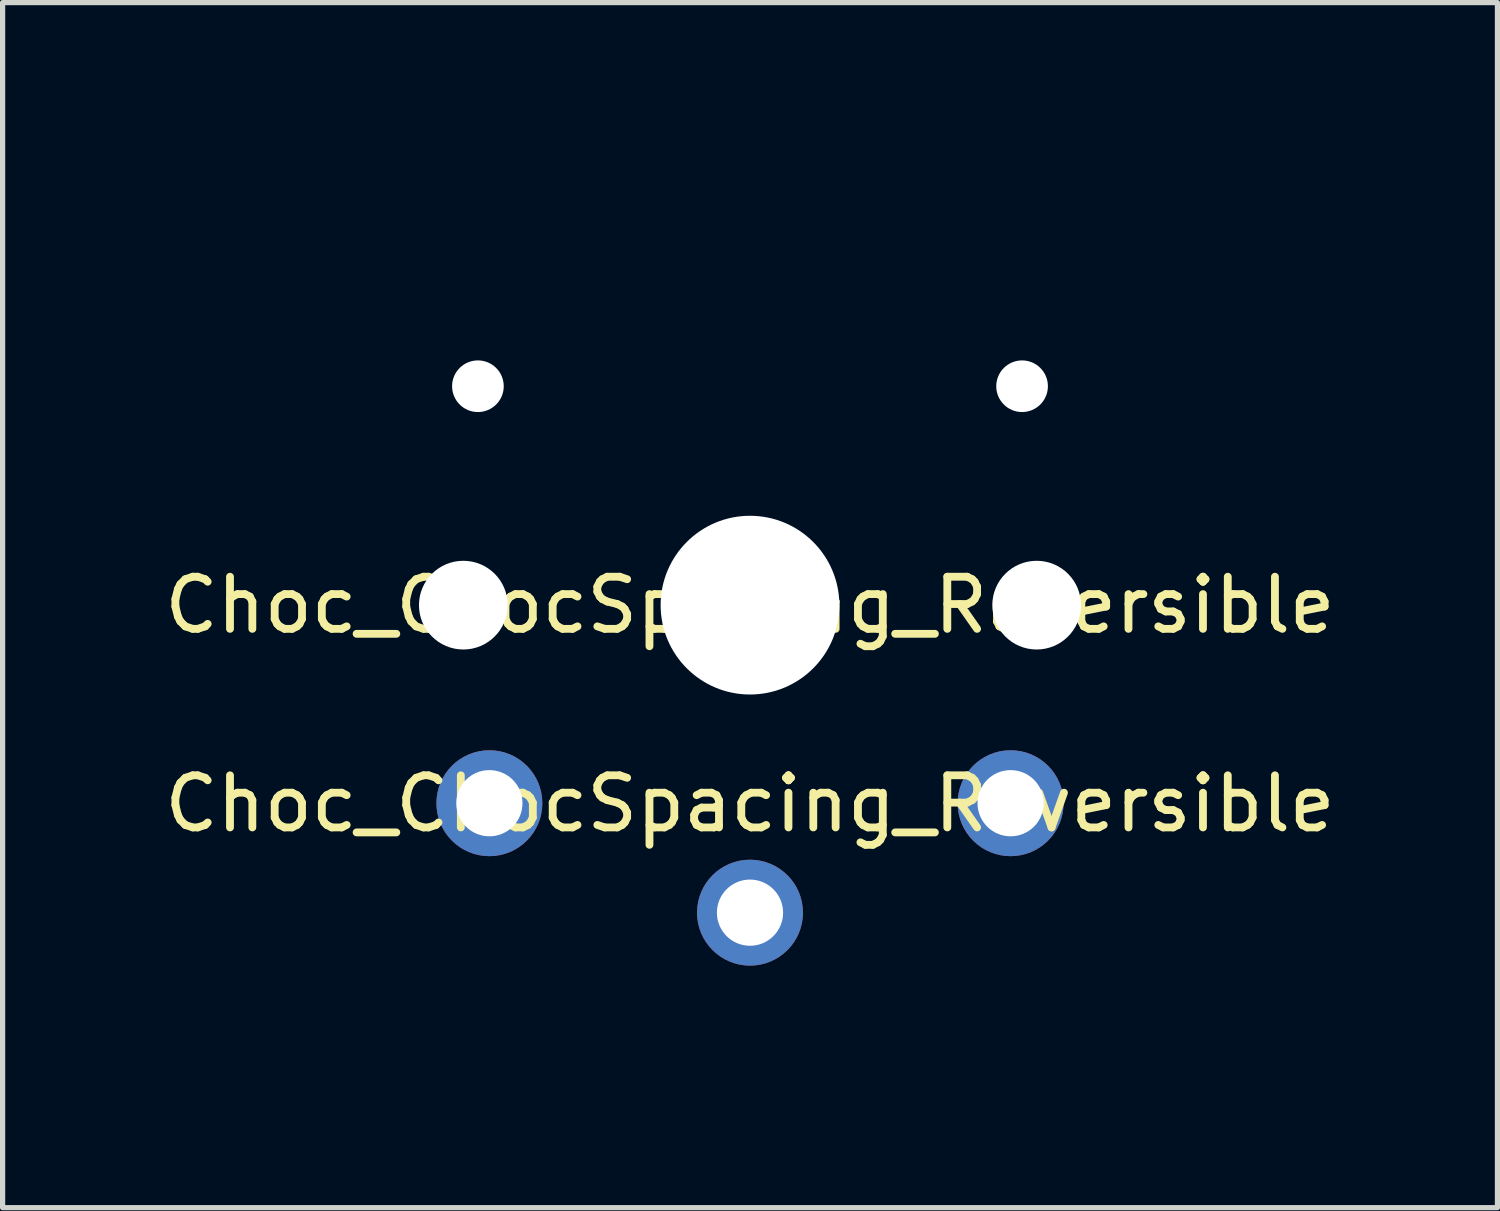
<source format=kicad_pcb>
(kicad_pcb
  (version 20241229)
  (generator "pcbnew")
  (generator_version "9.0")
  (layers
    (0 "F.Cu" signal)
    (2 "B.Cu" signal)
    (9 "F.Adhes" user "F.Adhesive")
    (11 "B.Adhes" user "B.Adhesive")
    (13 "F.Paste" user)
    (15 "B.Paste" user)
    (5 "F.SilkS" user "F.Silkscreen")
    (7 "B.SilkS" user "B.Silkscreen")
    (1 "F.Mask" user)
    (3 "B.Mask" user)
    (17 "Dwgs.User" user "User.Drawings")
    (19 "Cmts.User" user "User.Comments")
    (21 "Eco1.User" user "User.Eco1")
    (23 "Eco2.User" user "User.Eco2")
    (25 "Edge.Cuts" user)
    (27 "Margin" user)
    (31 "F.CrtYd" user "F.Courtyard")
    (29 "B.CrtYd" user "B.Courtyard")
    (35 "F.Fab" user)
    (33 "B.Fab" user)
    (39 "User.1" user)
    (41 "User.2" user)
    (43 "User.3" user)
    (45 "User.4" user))
  (footprint "Choc_ChocSpacing_Reversible"
    (layer "F.Cu")
    (at 11.339 8.56)
    (property "Reference" "Choc_ChocSpacing_Reversible" (at 0 0 0) (layer "F.SilkS") (effects (font (size 1 1) (thickness 0.15))))
    (attr through_hole)
    (fp_line (start -9 -8.5) (end 9 -8.5) (stroke (width 0.12) (type solid)) (layer "Eco1.User"))
    (fp_line (start -9 8.5) (end -9 -8.5) (stroke (width 0.12) (type solid)) (layer "Eco1.User"))
    (fp_line (start 9 -8.5) (end 9 8.5) (stroke (width 0.12) (type solid)) (layer "Eco1.User"))
    (fp_line (start 9 8.5) (end -9 8.5) (stroke (width 0.12) (type solid)) (layer "Eco1.User"))
    (fp_line (start -6.9 6.9) (end -6.9 -6.9) (stroke (width 0.15) (type solid)) (layer "Eco2.User"))
    (fp_line (start -6.9 6.9) (end 6.9 6.9) (stroke (width 0.15) (type solid)) (layer "Eco2.User"))
    (fp_line (start -2.6 -3.1) (end -2.6 -6.3) (stroke (width 0.15) (type solid)) (layer "Eco2.User"))
    (fp_line (start -2.6 -3.1) (end 2.6 -3.1) (stroke (width 0.15) (type solid)) (layer "Eco2.User"))
    (fp_line (start 2.6 -6.3) (end -2.6 -6.3) (stroke (width 0.15) (type solid)) (layer "Eco2.User"))
    (fp_line (start 2.6 -3.1) (end 2.6 -6.3) (stroke (width 0.15) (type solid)) (layer "Eco2.User"))
    (fp_line (start 6.9 -6.9) (end -6.9 -6.9) (stroke (width 0.15) (type solid)) (layer "Eco2.User"))
    (fp_line (start 6.9 -6.9) (end 6.9 6.9) (stroke (width 0.15) (type solid)) (layer "Eco2.User"))
    (fp_text user "${REFERENCE}" (at 0 3.81 0) (unlocked yes) (layer "F.SilkS") (effects (font (size 1 1) (thickness 0.15))))
    (pad "" np_thru_hole circle (at -5.5 0) (size 1.702 1.702) (drill 1.702) (layers "*.Cu" "*.Mask"))
    (pad "" np_thru_hole circle (at -5.22 -4.2) (size 0.991 0.991) (drill 0.991) (layers "*.Cu" "*.Mask"))
    (pad "" np_thru_hole circle (at 0 0) (size 3.429 3.429) (drill 3.429) (layers "*.Cu" "*.Mask"))
    (pad "" np_thru_hole circle (at 5.22 -4.2) (size 0.991 0.991) (drill 0.991) (layers "*.Cu" "*.Mask"))
    (pad "" np_thru_hole circle (at 5.5 0) (size 1.702 1.702) (drill 1.702) (layers "*.Cu" "*.Mask"))
    (pad "1" thru_hole circle (at 0 5.9) (size 2.032 2.032) (drill 1.27) (layers "*.Cu" "*.Mask"))
    (pad "2" thru_hole circle (at -5 3.8) (size 2.032 2.032) (drill 1.27) (layers "*.Cu" "*.Mask"))
    (pad "2" thru_hole circle (at 5 3.8 270) (size 2.032 2.032) (drill 1.27) (layers "*.Cu" "*.Mask")))
  (gr_rect
    (start -3 -3)
    (end 25.679 20.12)
    (stroke (width 0.1) (type default))
    (fill no)
    (layer "Edge.Cuts")))
</source>
